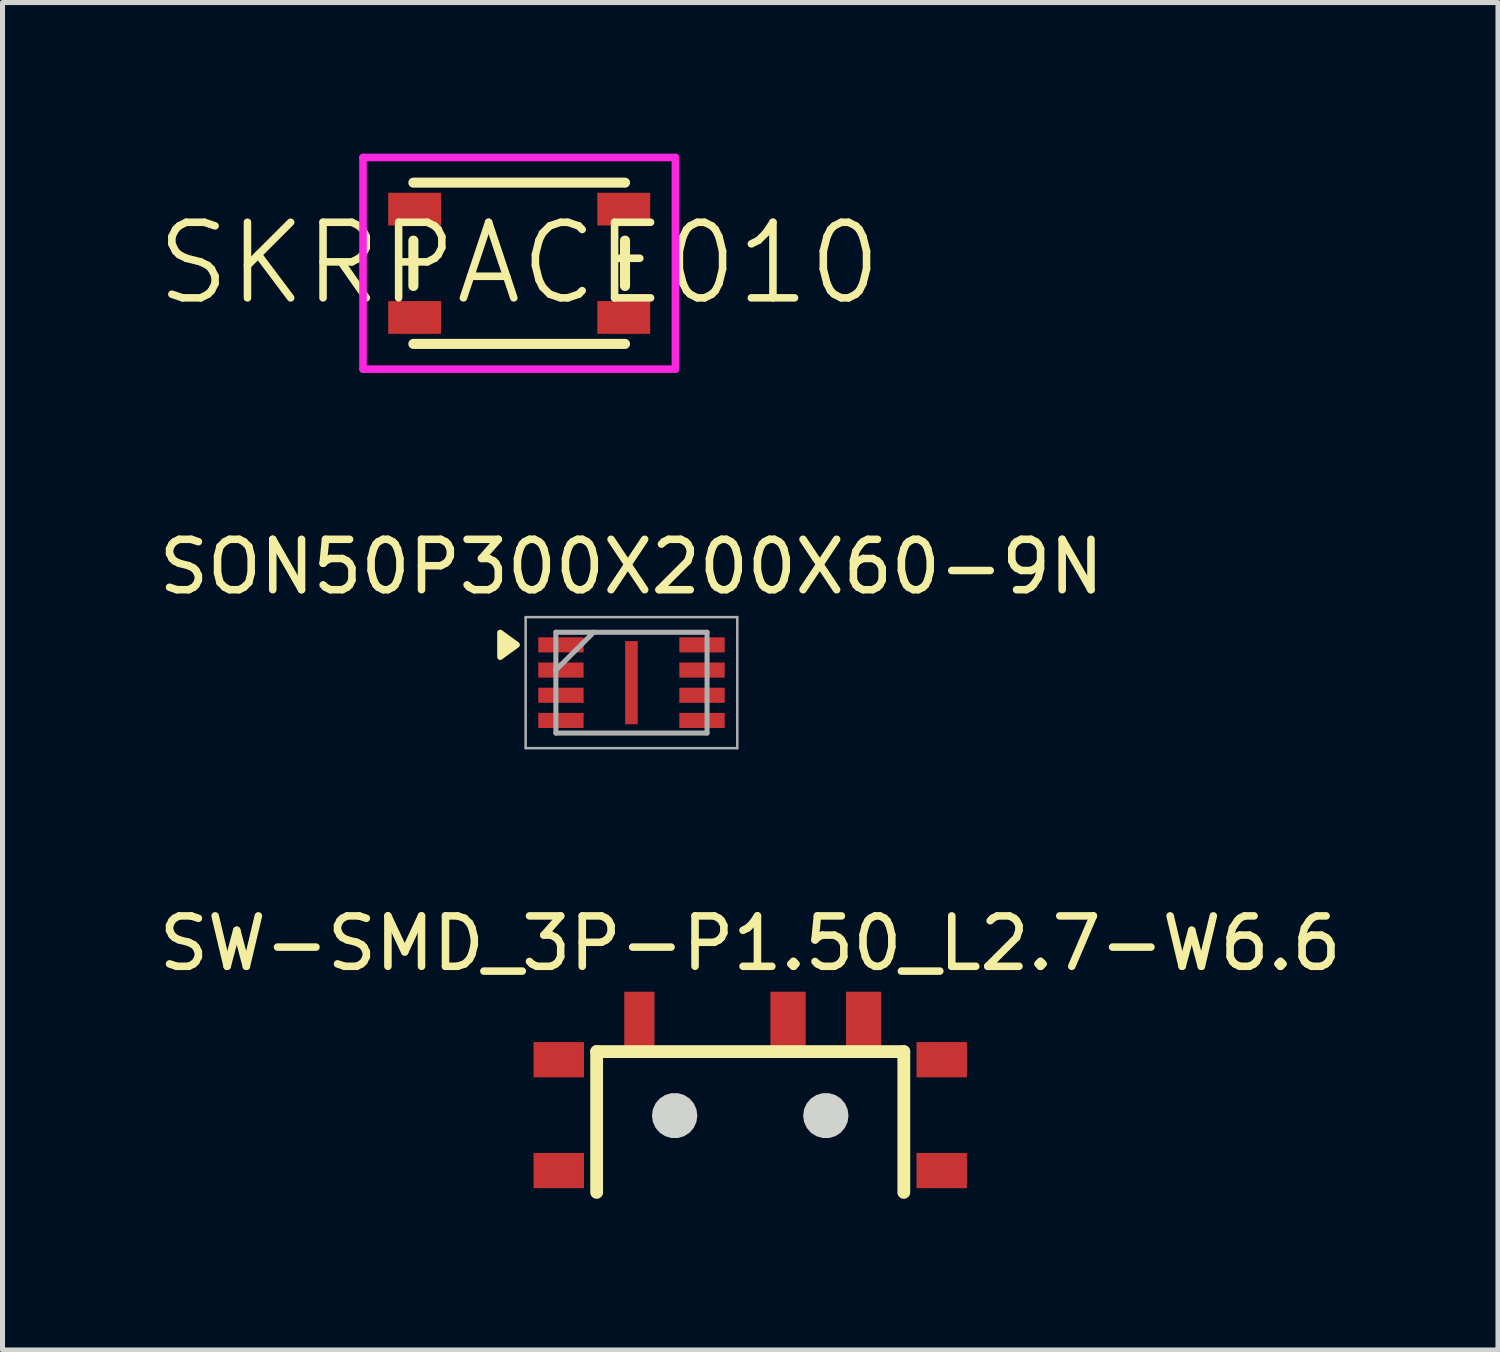
<source format=kicad_pcb>
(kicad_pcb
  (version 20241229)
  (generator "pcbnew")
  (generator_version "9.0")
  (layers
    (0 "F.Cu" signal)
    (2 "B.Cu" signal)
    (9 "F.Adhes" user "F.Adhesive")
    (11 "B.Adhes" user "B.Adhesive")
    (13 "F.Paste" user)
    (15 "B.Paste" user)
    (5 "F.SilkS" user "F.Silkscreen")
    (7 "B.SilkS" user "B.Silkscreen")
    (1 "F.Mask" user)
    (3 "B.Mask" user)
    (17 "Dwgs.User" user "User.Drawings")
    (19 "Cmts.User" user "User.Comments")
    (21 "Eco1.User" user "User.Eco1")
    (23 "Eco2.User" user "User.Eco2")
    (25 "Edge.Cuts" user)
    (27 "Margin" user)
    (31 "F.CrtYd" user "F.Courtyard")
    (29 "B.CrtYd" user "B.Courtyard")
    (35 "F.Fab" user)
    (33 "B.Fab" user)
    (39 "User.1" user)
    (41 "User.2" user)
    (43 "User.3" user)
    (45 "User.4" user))
  (footprint "SKRPACE010"
    (layer "F.Cu")
    (at 7.254 2.175)
    (property "Reference" "SKRPACE010" (at 0 0 0) (layer "F.SilkS") (effects (font (size 1.5 1.5) (thickness 0.15))))
    (attr through_hole)
    (fp_line (start -2.1 -1.6) (end 2.1 -1.6) (stroke (width 0.2) (type solid)) (layer "F.SilkS"))
    (fp_line (start -2.1 0.45) (end -2.1 -0.45) (stroke (width 0.2) (type solid)) (layer "F.SilkS"))
    (fp_line (start -2.1 1.6) (end 2.1 1.6) (stroke (width 0.2) (type solid)) (layer "F.SilkS"))
    (fp_line (start 2.1 -0.45) (end 2.1 0.45) (stroke (width 0.2) (type solid)) (layer "F.SilkS"))
    (fp_line (start -3.1 -2.1) (end 3.1 -2.1) (stroke (width 0.15) (type solid)) (layer "F.CrtYd"))
    (fp_line (start -3.1 2.1) (end -3.1 -2.1) (stroke (width 0.15) (type solid)) (layer "F.CrtYd"))
    (fp_line (start 3.1 -2.1) (end 3.1 2.1) (stroke (width 0.15) (type solid)) (layer "F.CrtYd"))
    (fp_line (start 3.1 2.1) (end -3.1 2.1) (stroke (width 0.15) (type solid)) (layer "F.CrtYd"))
    (pad "1" smd rect (at -2.075 -1.075) (size 1.05 0.65) (layers "F.Cu" "F.Mask" "F.Paste"))
    (pad "2" smd rect (at -2.075 1.075) (size 1.05 0.65) (layers "F.Cu" "F.Mask" "F.Paste"))
    (pad "3" smd rect (at 2.075 -1.075) (size 1.05 0.65) (layers "F.Cu" "F.Mask" "F.Paste"))
    (pad "4" smd rect (at 2.075 1.075) (size 1.05 0.65) (layers "F.Cu" "F.Mask" "F.Paste")))
  (footprint "SW-SMD_3P-P1.50_L2.7-W6.6"
    (layer "F.Cu")
    (at 11.839 18.631)
    (property "Reference" "SW-SMD_3P-P1.50_L2.7-W6.6" (at 0 -2.959 0) (unlocked yes) (layer "F.SilkS") (effects (font (size 1 1) (thickness 0.15))))
    (fp_line (start -3.048 -0.811) (end 3.048 -0.811) (stroke (width 0.254) (type default)) (layer "F.SilkS"))
    (fp_line (start -3.048 1.983) (end -3.048 -0.811) (stroke (width 0.254) (type default)) (layer "F.SilkS"))
    (fp_line (start 3.048 -0.811) (end 3.048 1.983) (stroke (width 0.254) (type default)) (layer "F.SilkS"))
    (fp_poly (pts (xy -1.05 0.459) (xy -1.068 0.332) (xy -1.121 0.216) (xy -1.205 0.119) (xy -1.313 0.05) (xy -1.436 0.014) (xy -1.564 0.014) (xy -1.687 0.05) (xy -1.795 0.119) (xy -1.879 0.216) (xy -1.932 0.332) (xy -1.95 0.459) (xy -1.932 0.586) (xy -1.879 0.702) (xy -1.795 0.799) (xy -1.687 0.868) (xy -1.564 0.904) (xy -1.436 0.904) (xy -1.313 0.868) (xy -1.205 0.799) (xy -1.121 0.702) (xy -1.068 0.586)) (stroke (width 0) (type default)) (fill yes) (layer "Edge.Cuts"))
    (fp_poly (pts (xy 1.95 0.459) (xy 1.932 0.332) (xy 1.879 0.216) (xy 1.795 0.119) (xy 1.687 0.05) (xy 1.564 0.014) (xy 1.436 0.014) (xy 1.313 0.05) (xy 1.205 0.119) (xy 1.121 0.216) (xy 1.068 0.332) (xy 1.05 0.459) (xy 1.068 0.586) (xy 1.121 0.702) (xy 1.205 0.799) (xy 1.313 0.868) (xy 1.436 0.904) (xy 1.564 0.904) (xy 1.687 0.868) (xy 1.795 0.799) (xy 1.879 0.702) (xy 1.932 0.586)) (stroke (width 0) (type default)) (fill yes) (layer "Edge.Cuts"))
    (fp_poly (pts (xy -3.837 -1.863) (xy -3.855 -1.906) (xy -3.897 -1.923) (xy -3.939 -1.906) (xy -3.957 -1.863) (xy -3.939 -1.821) (xy -3.897 -1.804) (xy -3.855 -1.821)) (stroke (width 0.1) (type default)) (fill no) (layer "User.3"))
    (pad "1" smd rect (at -2.2 -1.429) (size 0.6 1.141) (layers "F.Cu" "F.Mask" "F.Paste"))
    (pad "2" smd rect (at 0.75 -1.429) (size 0.7 1.141) (layers "F.Cu" "F.Mask" "F.Paste"))
    (pad "3" smd rect (at 2.25 -1.429) (size 0.7 1.141) (layers "F.Cu" "F.Mask" "F.Paste"))
    (pad "MP" smd rect (at -3.8 -0.65) (size 1 0.7) (layers "F.Cu" "F.Mask" "F.Paste"))
    (pad "MP" smd rect (at -3.8 1.55) (size 1 0.7) (layers "F.Cu" "F.Mask" "F.Paste"))
    (pad "MP" smd rect (at 3.8 -0.65) (size 1 0.7) (layers "F.Cu" "F.Mask" "F.Paste"))
    (pad "MP" smd rect (at 3.8 1.55) (size 1 0.7) (layers "F.Cu" "F.Mask" "F.Paste")))
  (footprint "SON50P300X200X60-9N"
    (layer "F.Cu")
    (at 9.482 10.498)
    (property "Reference" "SON50P300X200X60-9N" (at 0 -2.3 0) (layer "F.SilkS") (effects (font (size 1 1) (thickness 0.15))))
    (attr smd)
    (fp_poly (pts (xy -2.275 -0.751) (xy -2.605 -0.511) (xy -2.605 -0.991) (xy -2.275 -0.751)) (stroke (width 0.12) (type solid)) (fill yes) (layer "F.SilkS"))
    (fp_line (start -2.1 -1.3) (end 2.1 -1.3) (stroke (width 0.05) (type solid)) (layer "F.Fab"))
    (fp_line (start -2.1 1.3) (end -2.1 -1.3) (stroke (width 0.05) (type solid)) (layer "F.Fab"))
    (fp_line (start -1.5 -1) (end -0.75 -1) (stroke (width 0.1) (type solid)) (layer "F.Fab"))
    (fp_line (start -1.5 -0.25) (end -1.5 -1) (stroke (width 0.1) (type solid)) (layer "F.Fab"))
    (fp_line (start -1.5 -0.25) (end -0.75 -1) (stroke (width 0.1) (type solid)) (layer "F.Fab"))
    (fp_line (start -1.5 1) (end -1.5 -0.25) (stroke (width 0.1) (type solid)) (layer "F.Fab"))
    (fp_line (start -0.75 -1) (end 1.5 -1) (stroke (width 0.1) (type solid)) (layer "F.Fab"))
    (fp_line (start 1.5 -1) (end 1.5 1) (stroke (width 0.1) (type solid)) (layer "F.Fab"))
    (fp_line (start 1.5 1) (end -1.5 1) (stroke (width 0.1) (type solid)) (layer "F.Fab"))
    (fp_line (start 2.1 -1.3) (end 2.1 1.3) (stroke (width 0.05) (type solid)) (layer "F.Fab"))
    (fp_line (start 2.1 1.3) (end -2.1 1.3) (stroke (width 0.05) (type solid)) (layer "F.Fab"))
    (pad "1" smd rect (at -1.4 -0.75) (size 0.9 0.3) (layers "F.Cu" "F.Mask" "F.Paste"))
    (pad "2" smd rect (at -1.4 -0.25) (size 0.9 0.3) (layers "F.Cu" "F.Mask" "F.Paste"))
    (pad "3" smd rect (at -1.4 0.25) (size 0.9 0.3) (layers "F.Cu" "F.Mask" "F.Paste"))
    (pad "4" smd rect (at -1.4 0.75) (size 0.9 0.3) (layers "F.Cu" "F.Mask" "F.Paste"))
    (pad "5" smd rect (at 1.4 0.75) (size 0.9 0.3) (layers "F.Cu" "F.Mask" "F.Paste"))
    (pad "6" smd rect (at 1.4 0.25) (size 0.9 0.3) (layers "F.Cu" "F.Mask" "F.Paste"))
    (pad "7" smd rect (at 1.4 -0.25) (size 0.9 0.3) (layers "F.Cu" "F.Mask" "F.Paste"))
    (pad "8" smd rect (at 1.4 -0.75) (size 0.9 0.3) (layers "F.Cu" "F.Mask" "F.Paste"))
    (pad "9" smd rect (at 0 0 90) (size 1.65 0.25) (layers "F.Cu" "F.Mask" "F.Paste")))
  (gr_rect
    (start -3 -3)
    (end 26.679 23.741)
    (stroke (width 0.1) (type default))
    (fill no)
    (layer "Edge.Cuts")))
</source>
